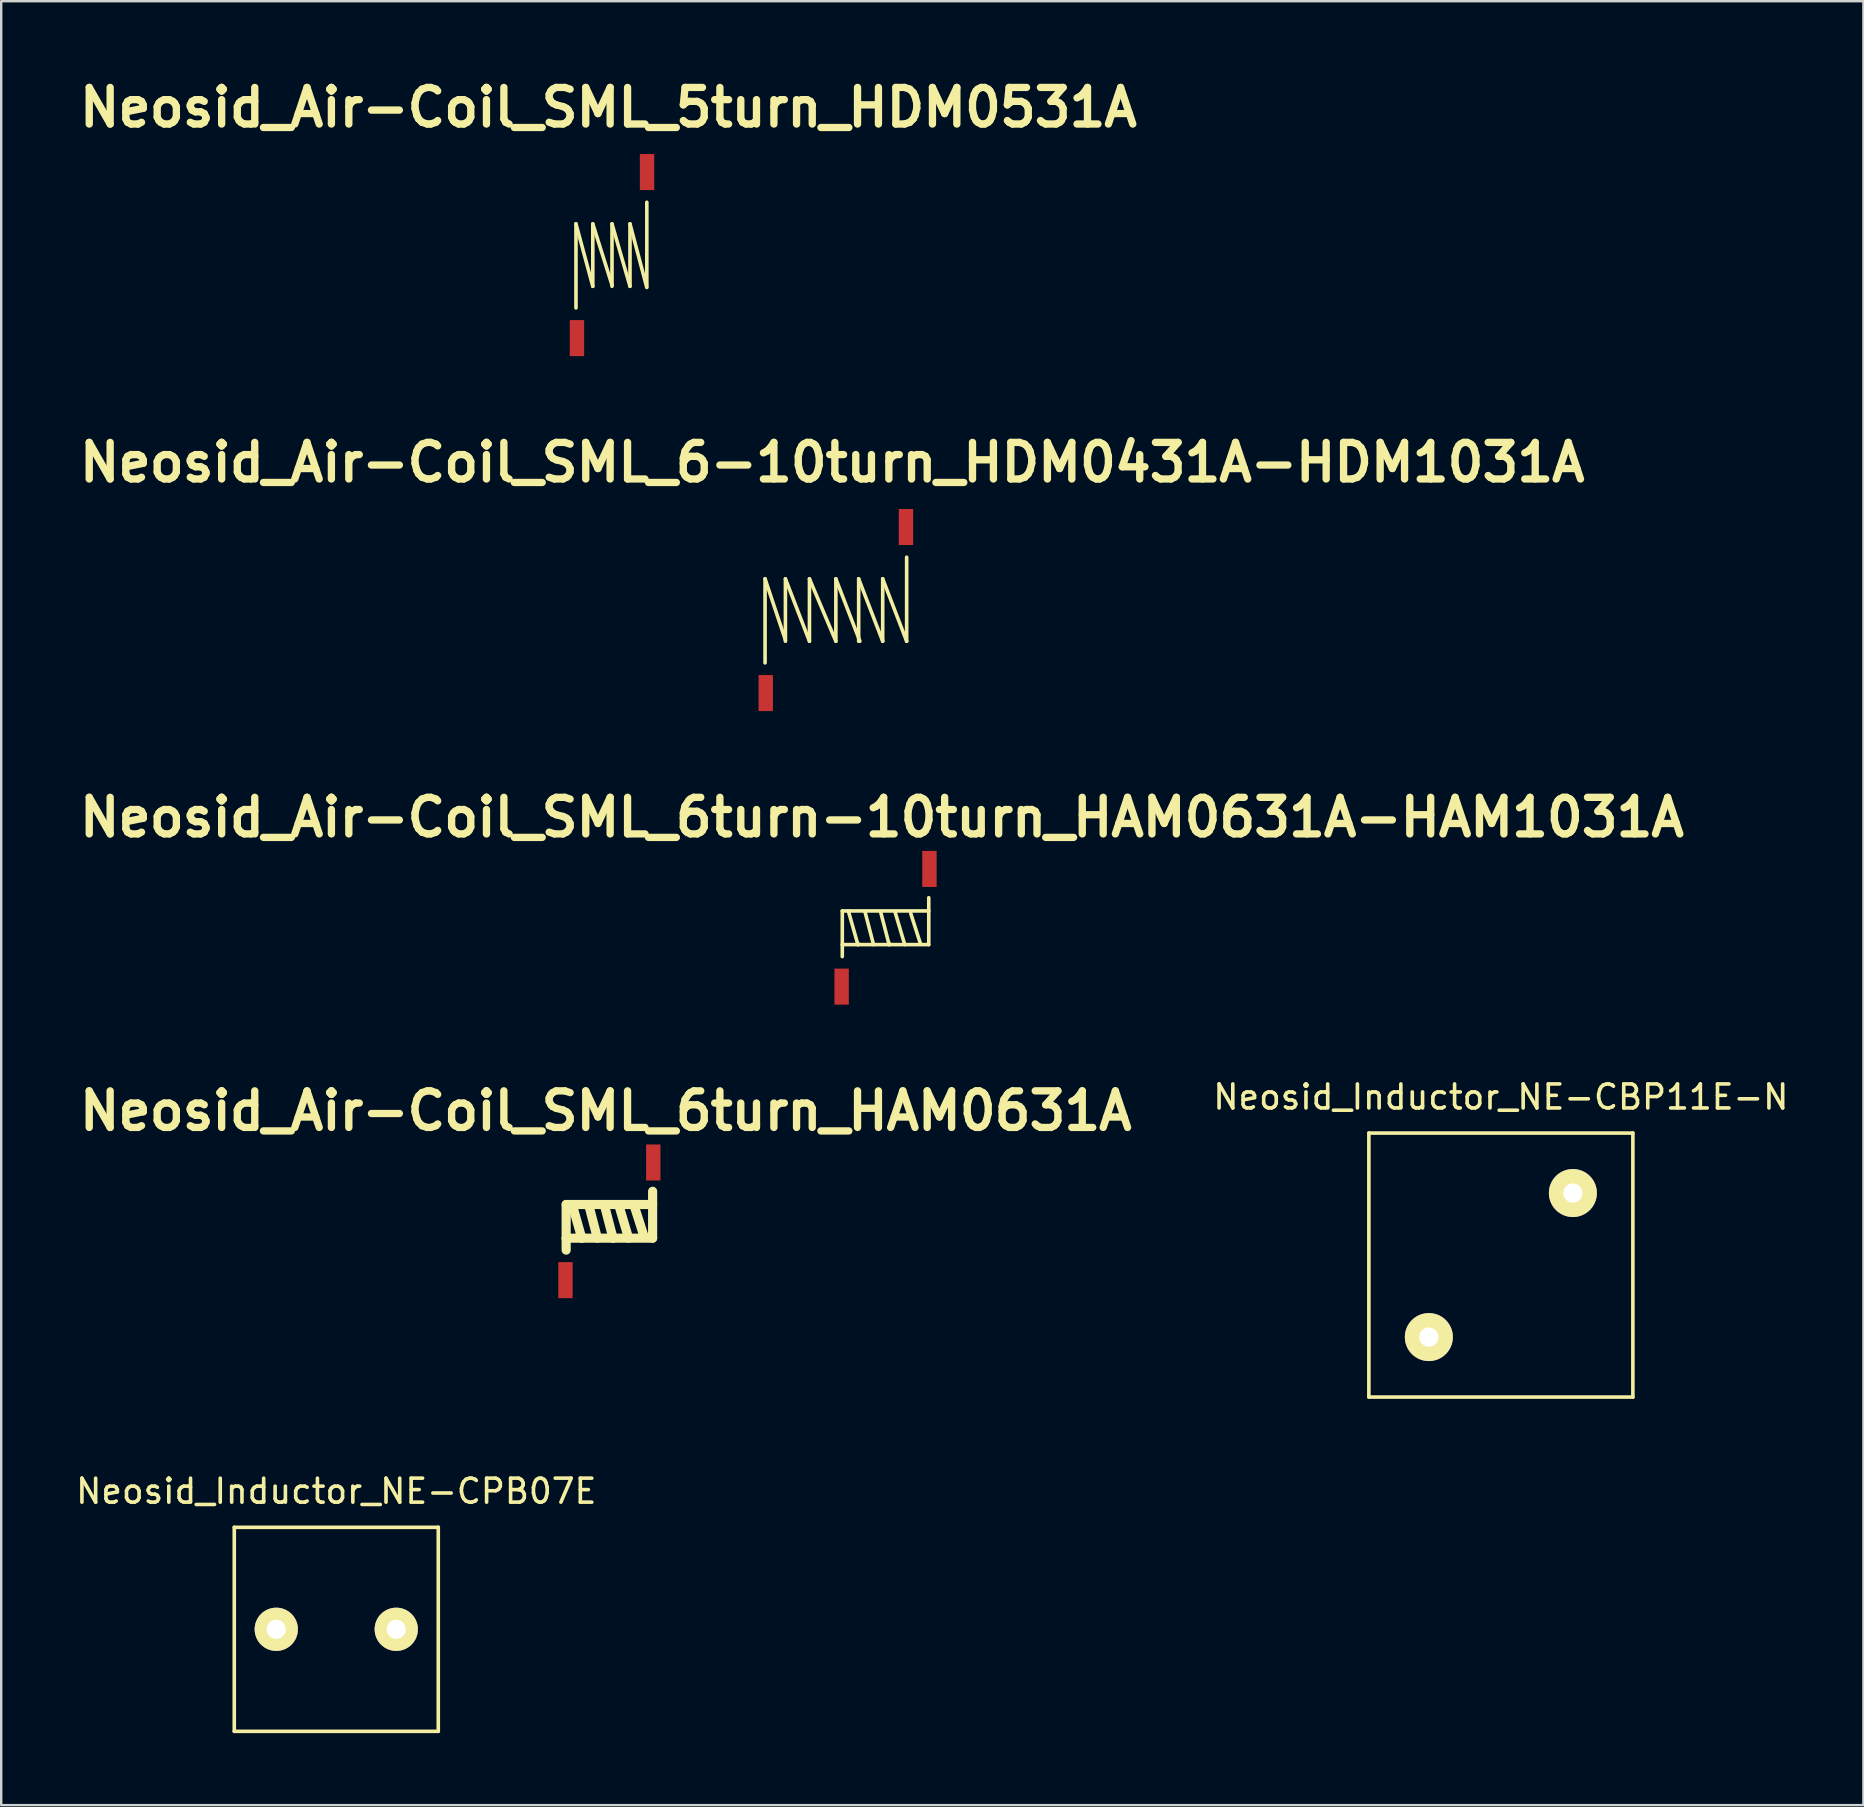
<source format=kicad_pcb>
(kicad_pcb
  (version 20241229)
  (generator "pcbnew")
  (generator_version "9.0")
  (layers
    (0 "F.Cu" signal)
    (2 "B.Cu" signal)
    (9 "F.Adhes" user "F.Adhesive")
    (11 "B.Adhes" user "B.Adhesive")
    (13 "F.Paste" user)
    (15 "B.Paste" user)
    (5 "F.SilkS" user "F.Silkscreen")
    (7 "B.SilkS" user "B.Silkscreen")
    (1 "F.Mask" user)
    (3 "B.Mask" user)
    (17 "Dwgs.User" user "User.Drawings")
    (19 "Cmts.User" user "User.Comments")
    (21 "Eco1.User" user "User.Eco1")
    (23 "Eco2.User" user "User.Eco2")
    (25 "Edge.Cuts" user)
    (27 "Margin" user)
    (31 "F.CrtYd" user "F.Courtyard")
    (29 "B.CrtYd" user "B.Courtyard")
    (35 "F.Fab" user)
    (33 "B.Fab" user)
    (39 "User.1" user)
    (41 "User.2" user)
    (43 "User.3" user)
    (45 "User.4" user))
  (footprint "Neosid_Air-Coil_SML_6turn-10turn_HAM0631A-HAM1031A"
    (layer "F.Cu")
    (at 33.838 35.598)
    (property "Reference" "Neosid_Air-Coil_SML_6turn-10turn_HAM0631A-HAM1031A" (at -0.15 -4.6 0) (layer "F.SilkS") (effects (font (size 1.524 1.524) (thickness 0.305))))
    (attr smd)
    (fp_line (start -1.801 -0.701) (end -1.801 0.701) (stroke (width 0.15) (type solid)) (layer "F.SilkS"))
    (fp_line (start -1.801 -0.701) (end 1.801 -0.701) (stroke (width 0.15) (type solid)) (layer "F.SilkS"))
    (fp_line (start -1.801 0.749) (end -1.801 1.199) (stroke (width 0.15) (type solid)) (layer "F.SilkS"))
    (fp_line (start -1.549 -0.701) (end -1.151 0.701) (stroke (width 0.15) (type solid)) (layer "F.SilkS"))
    (fp_line (start -1.151 0.701) (end -1.151 0.65) (stroke (width 0.15) (type solid)) (layer "F.SilkS"))
    (fp_line (start -0.851 -0.65) (end -0.5 0.701) (stroke (width 0.15) (type solid)) (layer "F.SilkS"))
    (fp_line (start -0.201 -0.65) (end 0.15 0.701) (stroke (width 0.15) (type solid)) (layer "F.SilkS"))
    (fp_line (start 0.15 0.701) (end 0.15 0.65) (stroke (width 0.15) (type solid)) (layer "F.SilkS"))
    (fp_line (start 0.399 -0.65) (end 0.8 0.701) (stroke (width 0.15) (type solid)) (layer "F.SilkS"))
    (fp_line (start 1.049 -0.599) (end 1.45 0.65) (stroke (width 0.15) (type solid)) (layer "F.SilkS"))
    (fp_line (start 1.801 0.701) (end -1.801 0.701) (stroke (width 0.15) (type solid)) (layer "F.SilkS"))
    (fp_line (start 1.801 0.701) (end 1.801 -1.25) (stroke (width 0.15) (type solid)) (layer "F.SilkS"))
    (pad "1" smd rect (at -1.829 2.451) (size 0.599 1.501) (layers "F.Cu" "F.Mask" "F.Paste"))
    (pad "2" smd rect (at 1.829 -2.451) (size 0.599 1.501) (layers "F.Cu" "F.Mask" "F.Paste")))
  (footprint "Neosid_Air-Coil_SML_5turn_HDM0531A"
    (layer "F.Cu")
    (at 22.444 7.576)
    (property "Reference" "Neosid_Air-Coil_SML_5turn_HDM0531A" (at -0.15 -6.149 0) (layer "F.SilkS") (effects (font (size 1.524 1.524) (thickness 0.305))))
    (attr smd)
    (fp_line (start -1.501 -1.3) (end -1.501 2.2) (stroke (width 0.15) (type solid)) (layer "F.SilkS"))
    (fp_line (start -1.501 -1.3) (end -0.8 1.3) (stroke (width 0.15) (type solid)) (layer "F.SilkS"))
    (fp_line (start -0.8 -1.3) (end -0.8 1.3) (stroke (width 0.15) (type solid)) (layer "F.SilkS"))
    (fp_line (start -0.8 -1.3) (end 0 1.25) (stroke (width 0.15) (type solid)) (layer "F.SilkS"))
    (fp_line (start 0 -1.3) (end 0 1.3) (stroke (width 0.15) (type solid)) (layer "F.SilkS"))
    (fp_line (start 0 -1.3) (end 0.749 1.3) (stroke (width 0.15) (type solid)) (layer "F.SilkS"))
    (fp_line (start 0.749 -1.3) (end 0.749 1.3) (stroke (width 0.15) (type solid)) (layer "F.SilkS"))
    (fp_line (start 0.749 -1.3) (end 1.45 1.349) (stroke (width 0.15) (type solid)) (layer "F.SilkS"))
    (fp_line (start 1.45 1.3) (end 1.45 -2.2) (stroke (width 0.15) (type solid)) (layer "F.SilkS"))
    (pad "1" smd rect (at -1.46 3.459) (size 0.599 1.501) (layers "F.Cu" "F.Mask" "F.Paste"))
    (pad "2" smd rect (at 1.46 -3.459) (size 0.599 1.501) (layers "F.Cu" "F.Mask" "F.Paste")))
  (footprint "Neosid_Inductor_NE-CBP11E-N"
    (layer "F.Cu")
    (at 59.471 49.648)
    (property "Reference" "Neosid_Inductor_NE-CBP11E-N" (at 0 -7 0) (layer "F.SilkS") (effects (font (size 1 1) (thickness 0.15))))
    (attr through_hole)
    (fp_line (start -5.499 -5.499) (end 5.499 -5.499) (stroke (width 0.15) (type solid)) (layer "F.SilkS"))
    (fp_line (start -5.499 5.499) (end -5.499 -5.499) (stroke (width 0.15) (type solid)) (layer "F.SilkS"))
    (fp_line (start 5.499 -5.499) (end 5.499 5.499) (stroke (width 0.15) (type solid)) (layer "F.SilkS"))
    (fp_line (start 5.499 5.499) (end -5.499 5.499) (stroke (width 0.15) (type solid)) (layer "F.SilkS"))
    (pad "1" thru_hole circle (at -3 3) (size 1.999 1.999) (drill 0.8) (layers "*.Cu" "*.Mask" "F.SilkS"))
    (pad "2" thru_hole circle (at 3 -3) (size 1.999 1.999) (drill 0.8) (layers "*.Cu" "*.Mask" "F.SilkS")))
  (footprint "Neosid_Inductor_NE-CPB07E"
    (layer "F.Cu")
    (at 10.958 64.821)
    (property "Reference" "Neosid_Inductor_NE-CPB07E" (at 0 -5.751 0) (layer "F.SilkS") (effects (font (size 1 1) (thickness 0.15))))
    (attr smd)
    (fp_line (start -4.249 -4.249) (end -4.249 4.249) (stroke (width 0.15) (type solid)) (layer "F.SilkS"))
    (fp_line (start -4.249 4.249) (end 4.249 4.249) (stroke (width 0.15) (type solid)) (layer "F.SilkS"))
    (fp_line (start 4.249 -4.249) (end -4.249 -4.249) (stroke (width 0.15) (type solid)) (layer "F.SilkS"))
    (fp_line (start 4.249 4.249) (end 4.249 -4.249) (stroke (width 0.15) (type solid)) (layer "F.SilkS"))
    (pad "1" thru_hole circle (at -2.499 0) (size 1.801 1.801) (drill 0.8) (layers "*.Cu" "*.Mask" "F.SilkS"))
    (pad "2" thru_hole circle (at 2.499 0) (size 1.801 1.801) (drill 0.8) (layers "*.Cu" "*.Mask" "F.SilkS")))
  (footprint "Neosid_Air-Coil_SML_6turn_HAM0631A"
    (layer "F.Cu")
    (at 22.335 47.826)
    (property "Reference" "Neosid_Air-Coil_SML_6turn_HAM0631A" (at -0.15 -4.6 0) (layer "F.SilkS") (effects (font (size 1.524 1.524) (thickness 0.305))))
    (attr smd)
    (fp_line (start -1.801 -0.701) (end -1.801 0.701) (stroke (width 0.381) (type solid)) (layer "F.SilkS"))
    (fp_line (start -1.801 -0.701) (end 1.801 -0.701) (stroke (width 0.381) (type solid)) (layer "F.SilkS"))
    (fp_line (start -1.801 0.749) (end -1.801 1.199) (stroke (width 0.381) (type solid)) (layer "F.SilkS"))
    (fp_line (start -1.549 -0.701) (end -1.151 0.701) (stroke (width 0.381) (type solid)) (layer "F.SilkS"))
    (fp_line (start -1.151 0.701) (end -1.151 0.65) (stroke (width 0.381) (type solid)) (layer "F.SilkS"))
    (fp_line (start -0.851 -0.65) (end -0.5 0.701) (stroke (width 0.381) (type solid)) (layer "F.SilkS"))
    (fp_line (start -0.201 -0.65) (end 0.15 0.701) (stroke (width 0.381) (type solid)) (layer "F.SilkS"))
    (fp_line (start 0.15 0.701) (end 0.15 0.65) (stroke (width 0.381) (type solid)) (layer "F.SilkS"))
    (fp_line (start 0.399 -0.65) (end 0.8 0.701) (stroke (width 0.381) (type solid)) (layer "F.SilkS"))
    (fp_line (start 1.049 -0.599) (end 1.45 0.65) (stroke (width 0.381) (type solid)) (layer "F.SilkS"))
    (fp_line (start 1.801 0.701) (end -1.801 0.701) (stroke (width 0.381) (type solid)) (layer "F.SilkS"))
    (fp_line (start 1.801 0.701) (end 1.801 -1.25) (stroke (width 0.381) (type solid)) (layer "F.SilkS"))
    (pad "1" smd rect (at -1.829 2.451) (size 0.599 1.501) (layers "F.Cu" "F.Mask" "F.Paste"))
    (pad "2" smd rect (at 1.829 -2.451) (size 0.599 1.501) (layers "F.Cu" "F.Mask" "F.Paste")))
  (footprint "Neosid_Air-Coil_SML_6-10turn_HDM0431A-HDM1031A"
    (layer "F.Cu")
    (at 31.769 22.362)
    (property "Reference" "Neosid_Air-Coil_SML_6-10turn_HDM0431A-HDM1031A" (at -0.15 -6.149 0) (layer "F.SilkS") (effects (font (size 1.524 1.524) (thickness 0.305))))
    (attr smd)
    (fp_line (start -2.949 -1.3) (end -2.949 2.2) (stroke (width 0.15) (type solid)) (layer "F.SilkS"))
    (fp_line (start -2.949 -1.3) (end -2.101 1.25) (stroke (width 0.15) (type solid)) (layer "F.SilkS"))
    (fp_line (start -2.101 -1.3) (end -2.101 1.3) (stroke (width 0.15) (type solid)) (layer "F.SilkS"))
    (fp_line (start -2.101 -1.3) (end -1.1 1.3) (stroke (width 0.15) (type solid)) (layer "F.SilkS"))
    (fp_line (start -1.1 -1.3) (end -1.1 1.3) (stroke (width 0.15) (type solid)) (layer "F.SilkS"))
    (fp_line (start -1.1 -1.3) (end 0 1.3) (stroke (width 0.15) (type solid)) (layer "F.SilkS"))
    (fp_line (start 0 -1.3) (end 0 1.3) (stroke (width 0.15) (type solid)) (layer "F.SilkS"))
    (fp_line (start 0 -1.3) (end 1.001 1.3) (stroke (width 0.15) (type solid)) (layer "F.SilkS"))
    (fp_line (start 0.95 -1.3) (end 0.95 1.3) (stroke (width 0.15) (type solid)) (layer "F.SilkS"))
    (fp_line (start 0.95 -1.3) (end 1.951 1.3) (stroke (width 0.15) (type solid)) (layer "F.SilkS"))
    (fp_line (start 1.951 -1.3) (end 1.951 1.3) (stroke (width 0.15) (type solid)) (layer "F.SilkS"))
    (fp_line (start 1.951 -1.3) (end 2.949 1.3) (stroke (width 0.15) (type solid)) (layer "F.SilkS"))
    (fp_line (start 2.949 1.3) (end 2.949 -2.2) (stroke (width 0.15) (type solid)) (layer "F.SilkS"))
    (pad "1" smd rect (at -2.921 3.459) (size 0.599 1.501) (layers "F.Cu" "F.Mask" "F.Paste"))
    (pad "2" smd rect (at 2.921 -3.459) (size 0.599 1.501) (layers "F.Cu" "F.Mask" "F.Paste")))
  (gr_rect
    (start -3 -3)
    (end 74.573 72.146)
    (stroke (width 0.1) (type default))
    (fill no)
    (layer "Edge.Cuts")))
</source>
